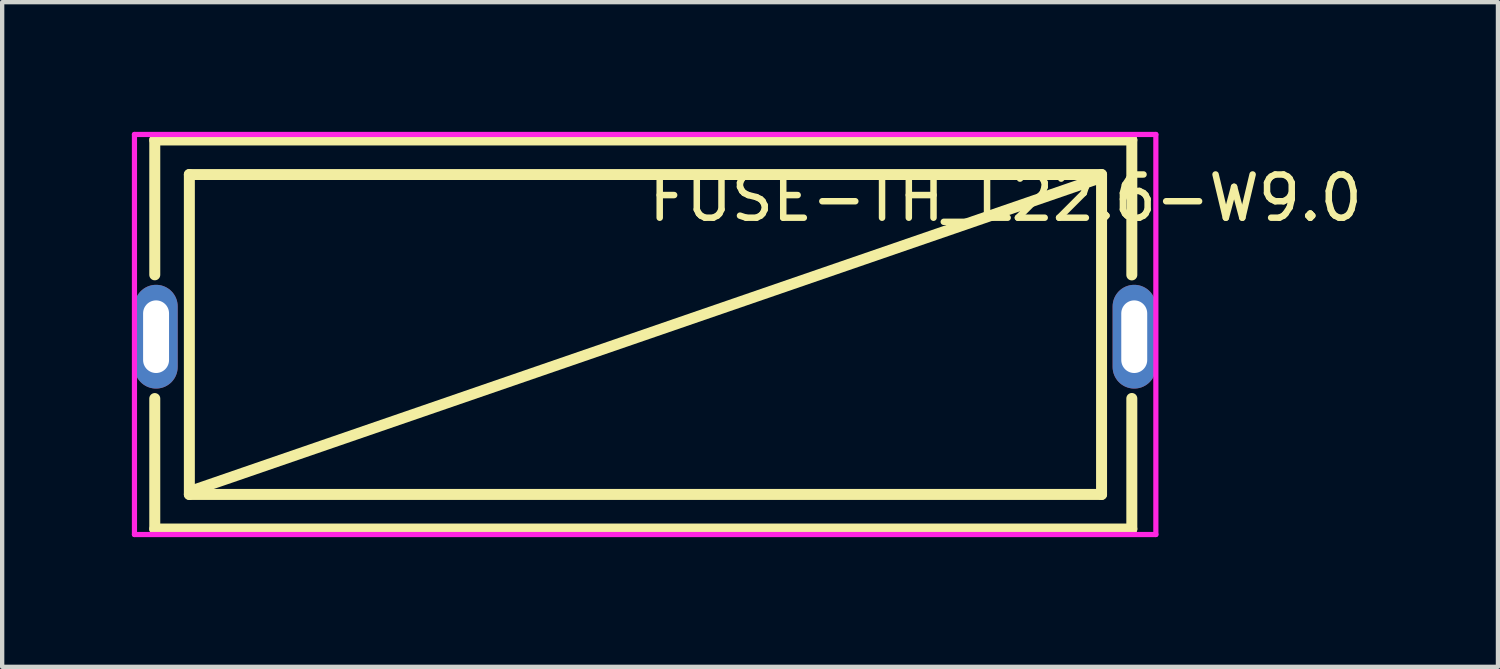
<source format=kicad_pcb>
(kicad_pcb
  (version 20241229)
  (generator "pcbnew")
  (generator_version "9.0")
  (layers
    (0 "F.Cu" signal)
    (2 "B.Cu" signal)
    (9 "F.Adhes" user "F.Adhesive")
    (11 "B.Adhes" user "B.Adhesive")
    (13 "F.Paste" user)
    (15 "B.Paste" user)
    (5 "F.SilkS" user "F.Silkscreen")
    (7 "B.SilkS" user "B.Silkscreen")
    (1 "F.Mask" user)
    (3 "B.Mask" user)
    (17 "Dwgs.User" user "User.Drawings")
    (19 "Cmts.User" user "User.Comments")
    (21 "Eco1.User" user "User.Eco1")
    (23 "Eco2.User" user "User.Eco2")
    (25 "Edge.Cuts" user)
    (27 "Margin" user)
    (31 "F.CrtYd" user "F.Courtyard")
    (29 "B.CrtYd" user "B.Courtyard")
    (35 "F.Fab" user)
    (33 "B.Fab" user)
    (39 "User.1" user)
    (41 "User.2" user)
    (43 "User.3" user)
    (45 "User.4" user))
  (footprint "FUSE-TH_L22.6-W9.0"
    (layer "F.Cu")
    (at 11.873 4.738)
    (property "Reference" "FUSE-TH_L22.6-W9.0" (at 0 -3.207 0) (layer "F.SilkS") (effects (font (size 1 1) (thickness 0.15)) (justify left)))
    (attr through_hole)
    (fp_line (start -11.343 -4.551) (end -11.343 -1.431) (stroke (width 0.254) (type solid)) (layer "F.SilkS"))
    (fp_line (start -11.343 -4.551) (end 11.257 -4.551) (stroke (width 0.254) (type solid)) (layer "F.SilkS"))
    (fp_line (start -11.343 1.431) (end -11.343 4.449) (stroke (width 0.254) (type solid)) (layer "F.SilkS"))
    (fp_line (start -10.543 -3.751) (end 10.557 -3.751) (stroke (width 0.254) (type solid)) (layer "F.SilkS"))
    (fp_line (start -10.543 3.649) (end -10.543 -3.751) (stroke (width 0.254) (type solid)) (layer "F.SilkS"))
    (fp_line (start 10.457 -3.651) (end -10.443 3.549) (stroke (width 0.254) (type solid)) (layer "F.SilkS"))
    (fp_line (start 10.557 -3.751) (end 10.557 3.649) (stroke (width 0.254) (type solid)) (layer "F.SilkS"))
    (fp_line (start 10.557 3.649) (end -10.543 3.649) (stroke (width 0.254) (type solid)) (layer "F.SilkS"))
    (fp_line (start 11.257 -1.429) (end 11.257 -4.551) (stroke (width 0.254) (type solid)) (layer "F.SilkS"))
    (fp_line (start 11.257 4.449) (end -11.343 4.449) (stroke (width 0.254) (type solid)) (layer "F.SilkS"))
    (fp_line (start 11.257 4.449) (end 11.257 1.429) (stroke (width 0.254) (type solid)) (layer "F.SilkS"))
    (fp_circle (center -11.813 4.576) (end -11.783 4.576) (stroke (width 0.06) (type solid)) (fill no) (layer "Eco2.User"))
    (fp_poly (pts (xy -11.553 0.54) (xy -11.553 -0.54) (xy -11.073 -0.54) (xy -11.073 0.54)) (stroke (width 0.12) (type solid)) (fill no) (layer "Eco2.User"))
    (fp_poly (pts (xy 11.073 0.54) (xy 11.073 -0.54) (xy 11.553 -0.54) (xy 11.553 0.54)) (stroke (width 0.12) (type solid)) (fill no) (layer "Eco2.User"))
    (fp_line (start -11.813 -4.678) (end 11.813 -4.678) (stroke (width 0.12) (type solid)) (layer "F.CrtYd"))
    (fp_line (start -11.813 4.576) (end -11.813 -4.678) (stroke (width 0.12) (type solid)) (layer "F.CrtYd"))
    (fp_line (start 11.813 -4.678) (end 11.813 4.576) (stroke (width 0.12) (type solid)) (layer "F.CrtYd"))
    (fp_line (start 11.813 4.576) (end -11.813 4.576) (stroke (width 0.12) (type solid)) (layer "F.CrtYd"))
    (pad "1" thru_hole oval (at -11.313 0) (size 1 2.4) (drill oval 0.6 1.68) (layers "*.Cu" "*.Mask"))
    (pad "2" thru_hole oval (at 11.313 0) (size 1 2.4) (drill oval 0.6 1.68) (layers "*.Cu" "*.Mask")))
  (gr_rect
    (start -3 -3)
    (end 31.599 12.374)
    (stroke (width 0.1) (type default))
    (fill no)
    (layer "Edge.Cuts")))
</source>
